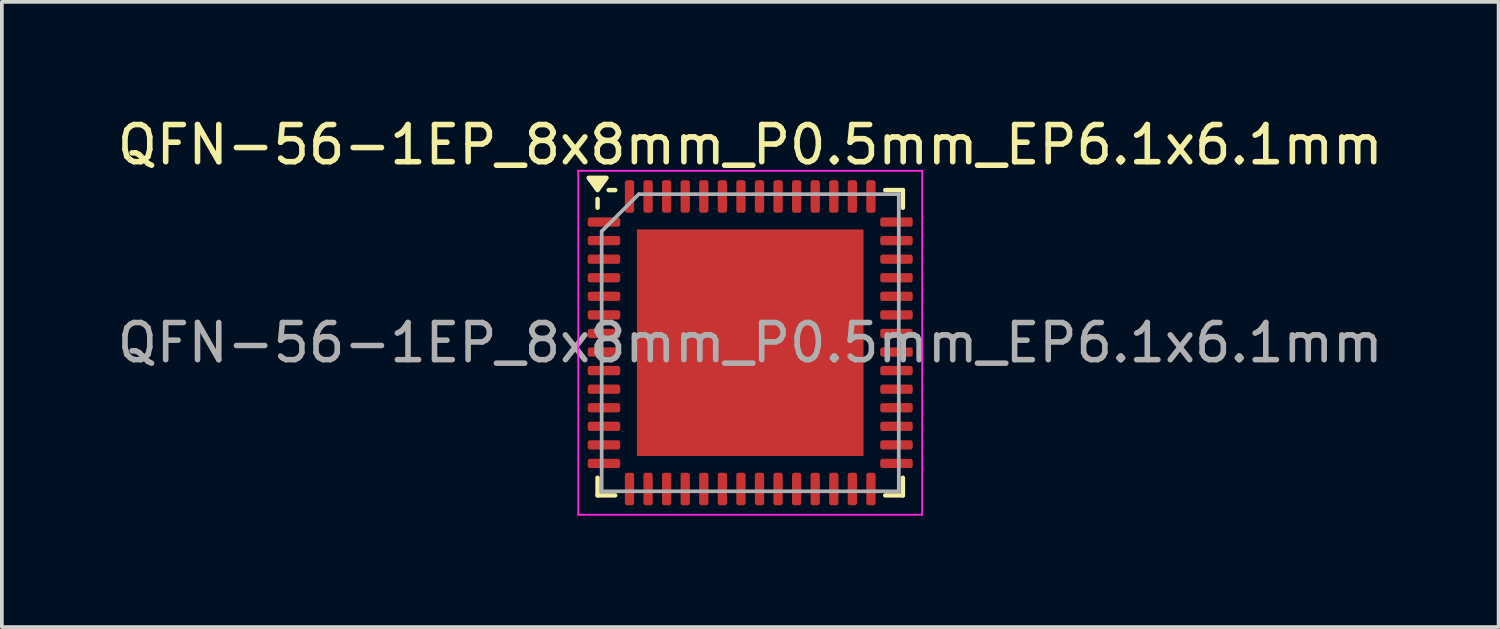
<source format=kicad_pcb>
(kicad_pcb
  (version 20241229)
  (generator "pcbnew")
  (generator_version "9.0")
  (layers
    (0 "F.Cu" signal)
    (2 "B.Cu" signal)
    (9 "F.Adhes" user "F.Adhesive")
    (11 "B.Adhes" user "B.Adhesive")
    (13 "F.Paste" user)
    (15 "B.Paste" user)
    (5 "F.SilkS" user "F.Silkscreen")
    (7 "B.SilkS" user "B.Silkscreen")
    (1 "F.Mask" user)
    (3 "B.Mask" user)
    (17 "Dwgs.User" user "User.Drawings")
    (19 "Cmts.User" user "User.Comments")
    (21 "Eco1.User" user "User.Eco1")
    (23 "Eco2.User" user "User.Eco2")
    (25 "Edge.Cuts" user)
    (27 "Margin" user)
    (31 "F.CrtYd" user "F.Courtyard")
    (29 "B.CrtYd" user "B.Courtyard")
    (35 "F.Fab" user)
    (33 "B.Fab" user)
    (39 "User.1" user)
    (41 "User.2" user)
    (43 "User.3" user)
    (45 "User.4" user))
  (footprint "QFN-56-1EP_8x8mm_P0.5mm_EP6.1x6.1mm"
    (layer "F.Cu")
    (at 17.149 6.178)
    (property "Reference" "QFN-56-1EP_8x8mm_P0.5mm_EP6.1x6.1mm" (at 0 -5.33 0) (layer "F.SilkS") (effects (font (size 1 1) (thickness 0.15))))
    (attr smd)
    (fp_line (start -4.11 -3.635) (end -4.11 -3.87) (stroke (width 0.12) (type solid)) (layer "F.SilkS"))
    (fp_line (start -4.11 4.11) (end -4.11 3.635) (stroke (width 0.12) (type solid)) (layer "F.SilkS"))
    (fp_line (start -3.635 -4.11) (end -3.81 -4.11) (stroke (width 0.12) (type solid)) (layer "F.SilkS"))
    (fp_line (start -3.635 4.11) (end -4.11 4.11) (stroke (width 0.12) (type solid)) (layer "F.SilkS"))
    (fp_line (start 3.635 -4.11) (end 4.11 -4.11) (stroke (width 0.12) (type solid)) (layer "F.SilkS"))
    (fp_line (start 3.635 4.11) (end 4.11 4.11) (stroke (width 0.12) (type solid)) (layer "F.SilkS"))
    (fp_line (start 4.11 -4.11) (end 4.11 -3.635) (stroke (width 0.12) (type solid)) (layer "F.SilkS"))
    (fp_line (start 4.11 4.11) (end 4.11 3.635) (stroke (width 0.12) (type solid)) (layer "F.SilkS"))
    (fp_poly (pts (xy -4.11 -4.11) (xy -4.35 -4.44) (xy -3.87 -4.44) (xy -4.11 -4.11)) (stroke (width 0.12) (type solid)) (fill yes) (layer "F.SilkS"))
    (fp_line (start -4.63 -4.63) (end -4.63 4.63) (stroke (width 0.05) (type solid)) (layer "F.CrtYd"))
    (fp_line (start -4.63 4.63) (end 4.63 4.63) (stroke (width 0.05) (type solid)) (layer "F.CrtYd"))
    (fp_line (start 4.63 -4.63) (end -4.63 -4.63) (stroke (width 0.05) (type solid)) (layer "F.CrtYd"))
    (fp_line (start 4.63 4.63) (end 4.63 -4.63) (stroke (width 0.05) (type solid)) (layer "F.CrtYd"))
    (fp_line (start -4 -3) (end -3 -4) (stroke (width 0.1) (type solid)) (layer "F.Fab"))
    (fp_line (start -4 4) (end -4 -3) (stroke (width 0.1) (type solid)) (layer "F.Fab"))
    (fp_line (start -3 -4) (end 4 -4) (stroke (width 0.1) (type solid)) (layer "F.Fab"))
    (fp_line (start 4 -4) (end 4 4) (stroke (width 0.1) (type solid)) (layer "F.Fab"))
    (fp_line (start 4 4) (end -4 4) (stroke (width 0.1) (type solid)) (layer "F.Fab"))
    (fp_text user "${REFERENCE}" (at 0 0 0) (layer "F.Fab") (effects (font (size 1 1) (thickness 0.15))))
    (pad "" smd roundrect (at -2.28 -2.28) (size 1.23 1.23) (layers "F.Paste") (roundrect_rratio 0.203))
    (pad "" smd roundrect (at -2.28 -0.76) (size 1.23 1.23) (layers "F.Paste") (roundrect_rratio 0.203))
    (pad "" smd roundrect (at -2.28 0.76) (size 1.23 1.23) (layers "F.Paste") (roundrect_rratio 0.203))
    (pad "" smd roundrect (at -2.28 2.28) (size 1.23 1.23) (layers "F.Paste") (roundrect_rratio 0.203))
    (pad "" smd roundrect (at -0.76 -2.28) (size 1.23 1.23) (layers "F.Paste") (roundrect_rratio 0.203))
    (pad "" smd roundrect (at -0.76 -0.76) (size 1.23 1.23) (layers "F.Paste") (roundrect_rratio 0.203))
    (pad "" smd roundrect (at -0.76 0.76) (size 1.23 1.23) (layers "F.Paste") (roundrect_rratio 0.203))
    (pad "" smd roundrect (at -0.76 2.28) (size 1.23 1.23) (layers "F.Paste") (roundrect_rratio 0.203))
    (pad "" smd roundrect (at 0.76 -2.28) (size 1.23 1.23) (layers "F.Paste") (roundrect_rratio 0.203))
    (pad "" smd roundrect (at 0.76 -0.76) (size 1.23 1.23) (layers "F.Paste") (roundrect_rratio 0.203))
    (pad "" smd roundrect (at 0.76 0.76) (size 1.23 1.23) (layers "F.Paste") (roundrect_rratio 0.203))
    (pad "" smd roundrect (at 0.76 2.28) (size 1.23 1.23) (layers "F.Paste") (roundrect_rratio 0.203))
    (pad "" smd roundrect (at 2.28 -2.28) (size 1.23 1.23) (layers "F.Paste") (roundrect_rratio 0.203))
    (pad "" smd roundrect (at 2.28 -0.76) (size 1.23 1.23) (layers "F.Paste") (roundrect_rratio 0.203))
    (pad "" smd roundrect (at 2.28 0.76) (size 1.23 1.23) (layers "F.Paste") (roundrect_rratio 0.203))
    (pad "" smd roundrect (at 2.28 2.28) (size 1.23 1.23) (layers "F.Paste") (roundrect_rratio 0.203))
    (pad "1" smd roundrect (at -3.938 -3.25) (size 0.875 0.25) (layers "F.Cu" "F.Mask" "F.Paste") (roundrect_rratio 0.25))
    (pad "2" smd roundrect (at -3.938 -2.75) (size 0.875 0.25) (layers "F.Cu" "F.Mask" "F.Paste") (roundrect_rratio 0.25))
    (pad "3" smd roundrect (at -3.938 -2.25) (size 0.875 0.25) (layers "F.Cu" "F.Mask" "F.Paste") (roundrect_rratio 0.25))
    (pad "4" smd roundrect (at -3.938 -1.75) (size 0.875 0.25) (layers "F.Cu" "F.Mask" "F.Paste") (roundrect_rratio 0.25))
    (pad "5" smd roundrect (at -3.938 -1.25) (size 0.875 0.25) (layers "F.Cu" "F.Mask" "F.Paste") (roundrect_rratio 0.25))
    (pad "6" smd roundrect (at -3.938 -0.75) (size 0.875 0.25) (layers "F.Cu" "F.Mask" "F.Paste") (roundrect_rratio 0.25))
    (pad "7" smd roundrect (at -3.938 -0.25) (size 0.875 0.25) (layers "F.Cu" "F.Mask" "F.Paste") (roundrect_rratio 0.25))
    (pad "8" smd roundrect (at -3.938 0.25) (size 0.875 0.25) (layers "F.Cu" "F.Mask" "F.Paste") (roundrect_rratio 0.25))
    (pad "9" smd roundrect (at -3.938 0.75) (size 0.875 0.25) (layers "F.Cu" "F.Mask" "F.Paste") (roundrect_rratio 0.25))
    (pad "10" smd roundrect (at -3.938 1.25) (size 0.875 0.25) (layers "F.Cu" "F.Mask" "F.Paste") (roundrect_rratio 0.25))
    (pad "11" smd roundrect (at -3.938 1.75) (size 0.875 0.25) (layers "F.Cu" "F.Mask" "F.Paste") (roundrect_rratio 0.25))
    (pad "12" smd roundrect (at -3.938 2.25) (size 0.875 0.25) (layers "F.Cu" "F.Mask" "F.Paste") (roundrect_rratio 0.25))
    (pad "13" smd roundrect (at -3.938 2.75) (size 0.875 0.25) (layers "F.Cu" "F.Mask" "F.Paste") (roundrect_rratio 0.25))
    (pad "14" smd roundrect (at -3.938 3.25) (size 0.875 0.25) (layers "F.Cu" "F.Mask" "F.Paste") (roundrect_rratio 0.25))
    (pad "15" smd roundrect (at -3.25 3.938) (size 0.25 0.875) (layers "F.Cu" "F.Mask" "F.Paste") (roundrect_rratio 0.25))
    (pad "16" smd roundrect (at -2.75 3.938) (size 0.25 0.875) (layers "F.Cu" "F.Mask" "F.Paste") (roundrect_rratio 0.25))
    (pad "17" smd roundrect (at -2.25 3.938) (size 0.25 0.875) (layers "F.Cu" "F.Mask" "F.Paste") (roundrect_rratio 0.25))
    (pad "18" smd roundrect (at -1.75 3.938) (size 0.25 0.875) (layers "F.Cu" "F.Mask" "F.Paste") (roundrect_rratio 0.25))
    (pad "19" smd roundrect (at -1.25 3.938) (size 0.25 0.875) (layers "F.Cu" "F.Mask" "F.Paste") (roundrect_rratio 0.25))
    (pad "20" smd roundrect (at -0.75 3.938) (size 0.25 0.875) (layers "F.Cu" "F.Mask" "F.Paste") (roundrect_rratio 0.25))
    (pad "21" smd roundrect (at -0.25 3.938) (size 0.25 0.875) (layers "F.Cu" "F.Mask" "F.Paste") (roundrect_rratio 0.25))
    (pad "22" smd roundrect (at 0.25 3.938) (size 0.25 0.875) (layers "F.Cu" "F.Mask" "F.Paste") (roundrect_rratio 0.25))
    (pad "23" smd roundrect (at 0.75 3.938) (size 0.25 0.875) (layers "F.Cu" "F.Mask" "F.Paste") (roundrect_rratio 0.25))
    (pad "24" smd roundrect (at 1.25 3.938) (size 0.25 0.875) (layers "F.Cu" "F.Mask" "F.Paste") (roundrect_rratio 0.25))
    (pad "25" smd roundrect (at 1.75 3.938) (size 0.25 0.875) (layers "F.Cu" "F.Mask" "F.Paste") (roundrect_rratio 0.25))
    (pad "26" smd roundrect (at 2.25 3.938) (size 0.25 0.875) (layers "F.Cu" "F.Mask" "F.Paste") (roundrect_rratio 0.25))
    (pad "27" smd roundrect (at 2.75 3.938) (size 0.25 0.875) (layers "F.Cu" "F.Mask" "F.Paste") (roundrect_rratio 0.25))
    (pad "28" smd roundrect (at 3.25 3.938) (size 0.25 0.875) (layers "F.Cu" "F.Mask" "F.Paste") (roundrect_rratio 0.25))
    (pad "29" smd roundrect (at 3.938 3.25) (size 0.875 0.25) (layers "F.Cu" "F.Mask" "F.Paste") (roundrect_rratio 0.25))
    (pad "30" smd roundrect (at 3.938 2.75) (size 0.875 0.25) (layers "F.Cu" "F.Mask" "F.Paste") (roundrect_rratio 0.25))
    (pad "31" smd roundrect (at 3.938 2.25) (size 0.875 0.25) (layers "F.Cu" "F.Mask" "F.Paste") (roundrect_rratio 0.25))
    (pad "32" smd roundrect (at 3.938 1.75) (size 0.875 0.25) (layers "F.Cu" "F.Mask" "F.Paste") (roundrect_rratio 0.25))
    (pad "33" smd roundrect (at 3.938 1.25) (size 0.875 0.25) (layers "F.Cu" "F.Mask" "F.Paste") (roundrect_rratio 0.25))
    (pad "34" smd roundrect (at 3.938 0.75) (size 0.875 0.25) (layers "F.Cu" "F.Mask" "F.Paste") (roundrect_rratio 0.25))
    (pad "35" smd roundrect (at 3.938 0.25) (size 0.875 0.25) (layers "F.Cu" "F.Mask" "F.Paste") (roundrect_rratio 0.25))
    (pad "36" smd roundrect (at 3.938 -0.25) (size 0.875 0.25) (layers "F.Cu" "F.Mask" "F.Paste") (roundrect_rratio 0.25))
    (pad "37" smd roundrect (at 3.938 -0.75) (size 0.875 0.25) (layers "F.Cu" "F.Mask" "F.Paste") (roundrect_rratio 0.25))
    (pad "38" smd roundrect (at 3.938 -1.25) (size 0.875 0.25) (layers "F.Cu" "F.Mask" "F.Paste") (roundrect_rratio 0.25))
    (pad "39" smd roundrect (at 3.938 -1.75) (size 0.875 0.25) (layers "F.Cu" "F.Mask" "F.Paste") (roundrect_rratio 0.25))
    (pad "40" smd roundrect (at 3.938 -2.25) (size 0.875 0.25) (layers "F.Cu" "F.Mask" "F.Paste") (roundrect_rratio 0.25))
    (pad "41" smd roundrect (at 3.938 -2.75) (size 0.875 0.25) (layers "F.Cu" "F.Mask" "F.Paste") (roundrect_rratio 0.25))
    (pad "42" smd roundrect (at 3.938 -3.25) (size 0.875 0.25) (layers "F.Cu" "F.Mask" "F.Paste") (roundrect_rratio 0.25))
    (pad "43" smd roundrect (at 3.25 -3.938) (size 0.25 0.875) (layers "F.Cu" "F.Mask" "F.Paste") (roundrect_rratio 0.25))
    (pad "44" smd roundrect (at 2.75 -3.938) (size 0.25 0.875) (layers "F.Cu" "F.Mask" "F.Paste") (roundrect_rratio 0.25))
    (pad "45" smd roundrect (at 2.25 -3.938) (size 0.25 0.875) (layers "F.Cu" "F.Mask" "F.Paste") (roundrect_rratio 0.25))
    (pad "46" smd roundrect (at 1.75 -3.938) (size 0.25 0.875) (layers "F.Cu" "F.Mask" "F.Paste") (roundrect_rratio 0.25))
    (pad "47" smd roundrect (at 1.25 -3.938) (size 0.25 0.875) (layers "F.Cu" "F.Mask" "F.Paste") (roundrect_rratio 0.25))
    (pad "48" smd roundrect (at 0.75 -3.938) (size 0.25 0.875) (layers "F.Cu" "F.Mask" "F.Paste") (roundrect_rratio 0.25))
    (pad "49" smd roundrect (at 0.25 -3.938) (size 0.25 0.875) (layers "F.Cu" "F.Mask" "F.Paste") (roundrect_rratio 0.25))
    (pad "50" smd roundrect (at -0.25 -3.938) (size 0.25 0.875) (layers "F.Cu" "F.Mask" "F.Paste") (roundrect_rratio 0.25))
    (pad "51" smd roundrect (at -0.75 -3.938) (size 0.25 0.875) (layers "F.Cu" "F.Mask" "F.Paste") (roundrect_rratio 0.25))
    (pad "52" smd roundrect (at -1.25 -3.938) (size 0.25 0.875) (layers "F.Cu" "F.Mask" "F.Paste") (roundrect_rratio 0.25))
    (pad "53" smd roundrect (at -1.75 -3.938) (size 0.25 0.875) (layers "F.Cu" "F.Mask" "F.Paste") (roundrect_rratio 0.25))
    (pad "54" smd roundrect (at -2.25 -3.938) (size 0.25 0.875) (layers "F.Cu" "F.Mask" "F.Paste") (roundrect_rratio 0.25))
    (pad "55" smd roundrect (at -2.75 -3.938) (size 0.25 0.875) (layers "F.Cu" "F.Mask" "F.Paste") (roundrect_rratio 0.25))
    (pad "56" smd roundrect (at -3.25 -3.938) (size 0.25 0.875) (layers "F.Cu" "F.Mask" "F.Paste") (roundrect_rratio 0.25))
    (pad "57" smd rect (at 0 0) (size 6.1 6.1) (property pad_prop_heatsink) (layers "F.Cu" "F.Mask")))
  (gr_rect
    (start -3 -3)
    (end 37.298 13.833)
    (stroke (width 0.1) (type default))
    (fill no)
    (layer "Edge.Cuts")))
</source>
